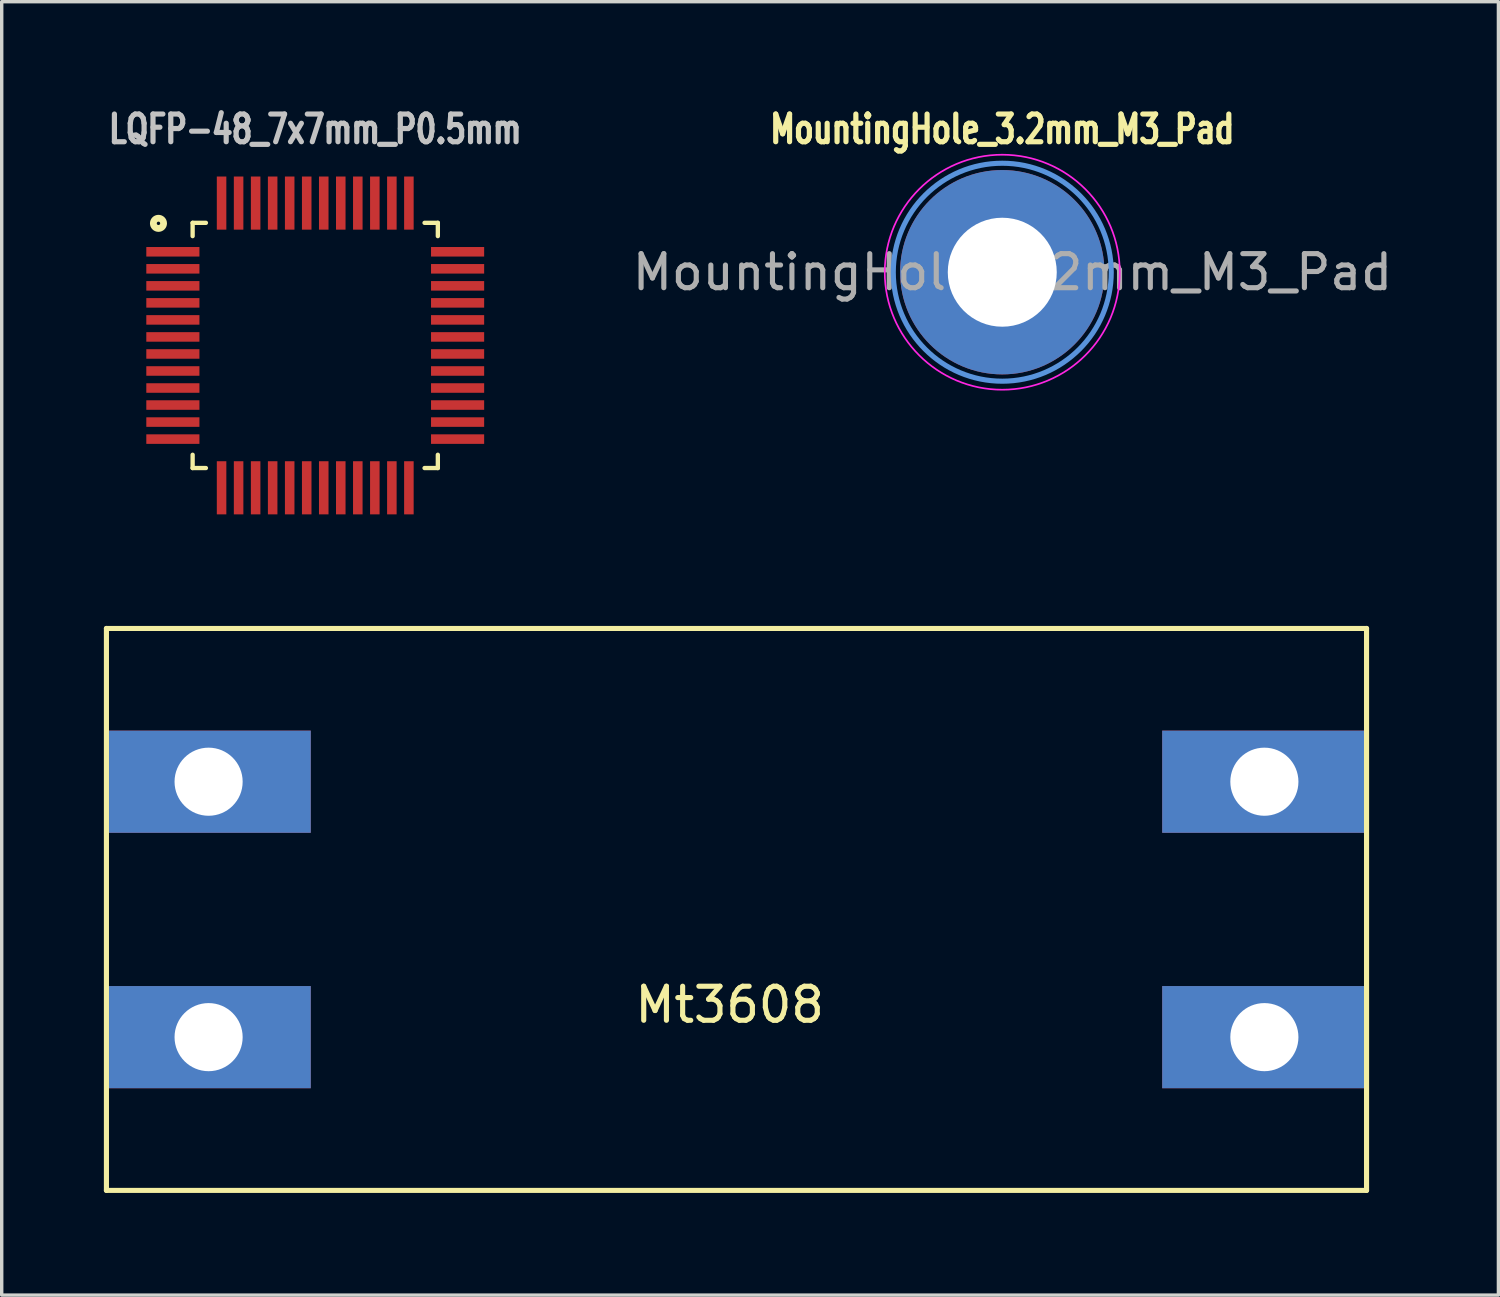
<source format=kicad_pcb>
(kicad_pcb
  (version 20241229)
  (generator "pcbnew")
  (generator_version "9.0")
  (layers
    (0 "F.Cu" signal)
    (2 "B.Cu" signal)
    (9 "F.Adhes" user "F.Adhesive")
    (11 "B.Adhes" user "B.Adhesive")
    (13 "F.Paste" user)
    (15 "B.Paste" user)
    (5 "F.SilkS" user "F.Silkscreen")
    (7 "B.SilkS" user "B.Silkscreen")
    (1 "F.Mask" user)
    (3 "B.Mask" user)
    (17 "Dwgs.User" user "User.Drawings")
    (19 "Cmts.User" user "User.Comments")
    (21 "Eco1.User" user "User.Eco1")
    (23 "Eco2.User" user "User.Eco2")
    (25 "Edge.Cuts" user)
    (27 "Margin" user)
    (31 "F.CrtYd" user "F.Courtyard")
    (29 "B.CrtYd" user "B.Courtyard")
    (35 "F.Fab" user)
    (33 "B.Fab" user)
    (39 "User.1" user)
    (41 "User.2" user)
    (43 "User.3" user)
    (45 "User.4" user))
  (footprint "LQFP-48_7x7mm_P0.5mm"
    (layer "F.Cu")
    (at 6.206 7.093)
    (property "Reference" "LQFP-48_7x7mm_P0.5mm" (at 0 -6.35 0) (layer "Dwgs.User") (effects (font (size 0.813 0.61) (thickness 0.152))))
    (attr smd)
    (fp_line (start -3.6 -3.6) (end -3.6 -3.21) (stroke (width 0.127) (type solid)) (layer "F.SilkS"))
    (fp_line (start -3.6 3.21) (end -3.6 3.6) (stroke (width 0.127) (type solid)) (layer "F.SilkS"))
    (fp_line (start -3.6 3.6) (end -3.21 3.6) (stroke (width 0.127) (type solid)) (layer "F.SilkS"))
    (fp_line (start -3.21 -3.6) (end -3.6 -3.6) (stroke (width 0.127) (type solid)) (layer "F.SilkS"))
    (fp_line (start 3.21 3.6) (end 3.6 3.6) (stroke (width 0.127) (type solid)) (layer "F.SilkS"))
    (fp_line (start 3.6 -3.6) (end 3.21 -3.6) (stroke (width 0.127) (type solid)) (layer "F.SilkS"))
    (fp_line (start 3.6 -3.21) (end 3.6 -3.6) (stroke (width 0.127) (type solid)) (layer "F.SilkS"))
    (fp_line (start 3.6 3.6) (end 3.6 3.21) (stroke (width 0.127) (type solid)) (layer "F.SilkS"))
    (fp_circle (center -4.603 -3.585) (end -4.453 -3.585) (stroke (width 0.2) (type solid)) (fill no) (layer "F.SilkS"))
    (fp_line (start -5.21 -3.14) (end -3.85 -3.14) (stroke (width 0.05) (type solid)) (layer "Eco1.User"))
    (fp_line (start -5.21 3.14) (end -5.21 -3.14) (stroke (width 0.05) (type solid)) (layer "Eco1.User"))
    (fp_line (start -3.85 -3.85) (end -3.14 -3.85) (stroke (width 0.05) (type solid)) (layer "Eco1.User"))
    (fp_line (start -3.85 -3.14) (end -3.85 -3.85) (stroke (width 0.05) (type solid)) (layer "Eco1.User"))
    (fp_line (start -3.85 3.14) (end -5.21 3.14) (stroke (width 0.05) (type solid)) (layer "Eco1.User"))
    (fp_line (start -3.85 3.85) (end -3.85 3.14) (stroke (width 0.05) (type solid)) (layer "Eco1.User"))
    (fp_line (start -3.14 -5.21) (end 3.14 -5.21) (stroke (width 0.05) (type solid)) (layer "Eco1.User"))
    (fp_line (start -3.14 -3.85) (end -3.14 -5.21) (stroke (width 0.05) (type solid)) (layer "Eco1.User"))
    (fp_line (start -3.14 3.85) (end -3.85 3.85) (stroke (width 0.05) (type solid)) (layer "Eco1.User"))
    (fp_line (start -3.14 5.21) (end -3.14 3.85) (stroke (width 0.05) (type solid)) (layer "Eco1.User"))
    (fp_line (start 3.14 -5.21) (end 3.14 -3.85) (stroke (width 0.05) (type solid)) (layer "Eco1.User"))
    (fp_line (start 3.14 -3.85) (end 3.85 -3.85) (stroke (width 0.05) (type solid)) (layer "Eco1.User"))
    (fp_line (start 3.14 3.85) (end 3.14 5.21) (stroke (width 0.05) (type solid)) (layer "Eco1.User"))
    (fp_line (start 3.14 5.21) (end -3.14 5.21) (stroke (width 0.05) (type solid)) (layer "Eco1.User"))
    (fp_line (start 3.85 -3.85) (end 3.85 -3.14) (stroke (width 0.05) (type solid)) (layer "Eco1.User"))
    (fp_line (start 3.85 -3.14) (end 5.21 -3.14) (stroke (width 0.05) (type solid)) (layer "Eco1.User"))
    (fp_line (start 3.85 3.14) (end 3.85 3.85) (stroke (width 0.05) (type solid)) (layer "Eco1.User"))
    (fp_line (start 3.85 3.85) (end 3.14 3.85) (stroke (width 0.05) (type solid)) (layer "Eco1.User"))
    (fp_line (start 5.21 -3.14) (end 5.21 3.14) (stroke (width 0.05) (type solid)) (layer "Eco1.User"))
    (fp_line (start 5.21 3.14) (end 3.85 3.14) (stroke (width 0.05) (type solid)) (layer "Eco1.User"))
    (fp_line (start -3.6 -3.6) (end 3.6 -3.6) (stroke (width 0.127) (type solid)) (layer "Eco2.User"))
    (fp_line (start -3.6 3.6) (end -3.6 -3.6) (stroke (width 0.127) (type solid)) (layer "Eco2.User"))
    (fp_line (start 3.6 -3.6) (end 3.6 3.6) (stroke (width 0.127) (type solid)) (layer "Eco2.User"))
    (fp_line (start 3.6 3.6) (end -3.6 3.6) (stroke (width 0.127) (type solid)) (layer "Eco2.User"))
    (fp_circle (center -4.603 -3.585) (end -4.453 -3.585) (stroke (width 0.2) (type solid)) (fill no) (layer "Eco2.User"))
    (pad "1" smd rect (at -4.18 -2.75 90) (size 0.28 1.56) (layers "F.Cu" "F.Mask" "F.Paste"))
    (pad "2" smd rect (at -4.18 -2.25 90) (size 0.28 1.56) (layers "F.Cu" "F.Mask" "F.Paste"))
    (pad "3" smd rect (at -4.18 -1.75 90) (size 0.28 1.56) (layers "F.Cu" "F.Mask" "F.Paste"))
    (pad "4" smd rect (at -4.18 -1.25 90) (size 0.28 1.56) (layers "F.Cu" "F.Mask" "F.Paste"))
    (pad "5" smd rect (at -4.18 -0.75 90) (size 0.28 1.56) (layers "F.Cu" "F.Mask" "F.Paste"))
    (pad "6" smd rect (at -4.18 -0.25 90) (size 0.28 1.56) (layers "F.Cu" "F.Mask" "F.Paste"))
    (pad "7" smd rect (at -4.18 0.25 90) (size 0.28 1.56) (layers "F.Cu" "F.Mask" "F.Paste"))
    (pad "8" smd rect (at -4.18 0.75 90) (size 0.28 1.56) (layers "F.Cu" "F.Mask" "F.Paste"))
    (pad "9" smd rect (at -4.18 1.25 90) (size 0.28 1.56) (layers "F.Cu" "F.Mask" "F.Paste"))
    (pad "10" smd rect (at -4.18 1.75 90) (size 0.28 1.56) (layers "F.Cu" "F.Mask" "F.Paste"))
    (pad "11" smd rect (at -4.18 2.25 90) (size 0.28 1.56) (layers "F.Cu" "F.Mask" "F.Paste"))
    (pad "12" smd rect (at -4.18 2.75 90) (size 0.28 1.56) (layers "F.Cu" "F.Mask" "F.Paste"))
    (pad "13" smd rect (at -2.75 4.18) (size 0.28 1.56) (layers "F.Cu" "F.Mask" "F.Paste"))
    (pad "14" smd rect (at -2.25 4.18) (size 0.28 1.56) (layers "F.Cu" "F.Mask" "F.Paste"))
    (pad "15" smd rect (at -1.75 4.18) (size 0.28 1.56) (layers "F.Cu" "F.Mask" "F.Paste"))
    (pad "16" smd rect (at -1.25 4.18) (size 0.28 1.56) (layers "F.Cu" "F.Mask" "F.Paste"))
    (pad "17" smd rect (at -0.75 4.18) (size 0.28 1.56) (layers "F.Cu" "F.Mask" "F.Paste"))
    (pad "18" smd rect (at -0.25 4.18) (size 0.28 1.56) (layers "F.Cu" "F.Mask" "F.Paste"))
    (pad "19" smd rect (at 0.25 4.18) (size 0.28 1.56) (layers "F.Cu" "F.Mask" "F.Paste"))
    (pad "20" smd rect (at 0.75 4.18) (size 0.28 1.56) (layers "F.Cu" "F.Mask" "F.Paste"))
    (pad "21" smd rect (at 1.25 4.18) (size 0.28 1.56) (layers "F.Cu" "F.Mask" "F.Paste"))
    (pad "22" smd rect (at 1.75 4.18) (size 0.28 1.56) (layers "F.Cu" "F.Mask" "F.Paste"))
    (pad "23" smd rect (at 2.25 4.18) (size 0.28 1.56) (layers "F.Cu" "F.Mask" "F.Paste"))
    (pad "24" smd rect (at 2.75 4.18) (size 0.28 1.56) (layers "F.Cu" "F.Mask" "F.Paste"))
    (pad "25" smd rect (at 4.18 2.75 90) (size 0.28 1.56) (layers "F.Cu" "F.Mask" "F.Paste"))
    (pad "26" smd rect (at 4.18 2.25 90) (size 0.28 1.56) (layers "F.Cu" "F.Mask" "F.Paste"))
    (pad "27" smd rect (at 4.18 1.75 90) (size 0.28 1.56) (layers "F.Cu" "F.Mask" "F.Paste"))
    (pad "28" smd rect (at 4.18 1.25 90) (size 0.28 1.56) (layers "F.Cu" "F.Mask" "F.Paste"))
    (pad "29" smd rect (at 4.18 0.75 90) (size 0.28 1.56) (layers "F.Cu" "F.Mask" "F.Paste"))
    (pad "30" smd rect (at 4.18 0.25 90) (size 0.28 1.56) (layers "F.Cu" "F.Mask" "F.Paste"))
    (pad "31" smd rect (at 4.18 -0.25 90) (size 0.28 1.56) (layers "F.Cu" "F.Mask" "F.Paste"))
    (pad "32" smd rect (at 4.18 -0.75 90) (size 0.28 1.56) (layers "F.Cu" "F.Mask" "F.Paste"))
    (pad "33" smd rect (at 4.18 -1.25 90) (size 0.28 1.56) (layers "F.Cu" "F.Mask" "F.Paste"))
    (pad "34" smd rect (at 4.18 -1.75 90) (size 0.28 1.56) (layers "F.Cu" "F.Mask" "F.Paste"))
    (pad "35" smd rect (at 4.18 -2.25 90) (size 0.28 1.56) (layers "F.Cu" "F.Mask" "F.Paste"))
    (pad "36" smd rect (at 4.18 -2.75 90) (size 0.28 1.56) (layers "F.Cu" "F.Mask" "F.Paste"))
    (pad "37" smd rect (at 2.75 -4.18) (size 0.28 1.56) (layers "F.Cu" "F.Mask" "F.Paste"))
    (pad "38" smd rect (at 2.25 -4.18) (size 0.28 1.56) (layers "F.Cu" "F.Mask" "F.Paste"))
    (pad "39" smd rect (at 1.75 -4.18) (size 0.28 1.56) (layers "F.Cu" "F.Mask" "F.Paste"))
    (pad "40" smd rect (at 1.25 -4.18) (size 0.28 1.56) (layers "F.Cu" "F.Mask" "F.Paste"))
    (pad "41" smd rect (at 0.75 -4.18) (size 0.28 1.56) (layers "F.Cu" "F.Mask" "F.Paste"))
    (pad "42" smd rect (at 0.25 -4.18) (size 0.28 1.56) (layers "F.Cu" "F.Mask" "F.Paste"))
    (pad "43" smd rect (at -0.25 -4.18) (size 0.28 1.56) (layers "F.Cu" "F.Mask" "F.Paste"))
    (pad "44" smd rect (at -0.75 -4.18) (size 0.28 1.56) (layers "F.Cu" "F.Mask" "F.Paste"))
    (pad "45" smd rect (at -1.25 -4.18) (size 0.28 1.56) (layers "F.Cu" "F.Mask" "F.Paste"))
    (pad "46" smd rect (at -1.75 -4.18) (size 0.28 1.56) (layers "F.Cu" "F.Mask" "F.Paste"))
    (pad "47" smd rect (at -2.25 -4.18) (size 0.28 1.56) (layers "F.Cu" "F.Mask" "F.Paste"))
    (pad "48" smd rect (at -2.75 -4.18) (size 0.28 1.56) (layers "F.Cu" "F.Mask" "F.Paste")))
  (footprint "Mt3608"
    (layer "F.Cu")
    (at 18.075 23.653)
    (property "Reference" "Mt3608" (at 0.3 2.8 0) (layer "F.SilkS") (effects (font (size 1 1) (thickness 0.15))))
    (attr through_hole)
    (fp_line (start -18 -8.25) (end 19 -8.25) (stroke (width 0.15) (type solid)) (layer "F.SilkS"))
    (fp_line (start -18 8.25) (end -18 -8.25) (stroke (width 0.15) (type solid)) (layer "F.SilkS"))
    (fp_line (start -18 8.25) (end 19 8.25) (stroke (width 0.15) (type solid)) (layer "F.SilkS"))
    (fp_line (start 19 8.25) (end 19 -8.25) (stroke (width 0.15) (type solid)) (layer "F.SilkS"))
    (pad "1" thru_hole rect (at -15 3.75) (size 6 3) (drill 2) (layers "*.Cu" "*.Mask"))
    (pad "2" thru_hole rect (at -15 -3.75) (size 6 3) (drill 2) (layers "*.Cu" "*.Mask"))
    (pad "3" thru_hole rect (at 16 3.75) (size 6 3) (drill 2) (layers "*.Cu" "*.Mask"))
    (pad "4" thru_hole rect (at 16 -3.75) (size 6 3) (drill 2) (layers "*.Cu" "*.Mask")))
  (footprint "MountingHole_3.2mm_M3_Pad"
    (layer "F.Cu")
    (at 26.379 4.943)
    (property "Reference" "MountingHole_3.2mm_M3_Pad" (at 0 -4.2 0) (layer "F.SilkS") (effects (font (size 0.813 0.61) (thickness 0.152))))
    (attr exclude_from_pos_files exclude_from_bom)
    (fp_circle (center 0 0) (end 3.2 0) (stroke (width 0.15) (type solid)) (fill no) (layer "Cmts.User"))
    (fp_circle (center 0 0) (end 3.45 0) (stroke (width 0.05) (type solid)) (fill no) (layer "F.CrtYd"))
    (fp_text user "${REFERENCE}" (at 0.3 0 0) (layer "F.Fab") (effects (font (size 1 1) (thickness 0.15))))
    (pad "1" thru_hole circle (at 0 0) (size 6 6) (drill 3.2) (layers "*.Cu" "*.Mask")))
  (gr_rect
    (start -3 -3)
    (end 40.947 34.978)
    (stroke (width 0.1) (type default))
    (fill no)
    (layer "Edge.Cuts")))
</source>
